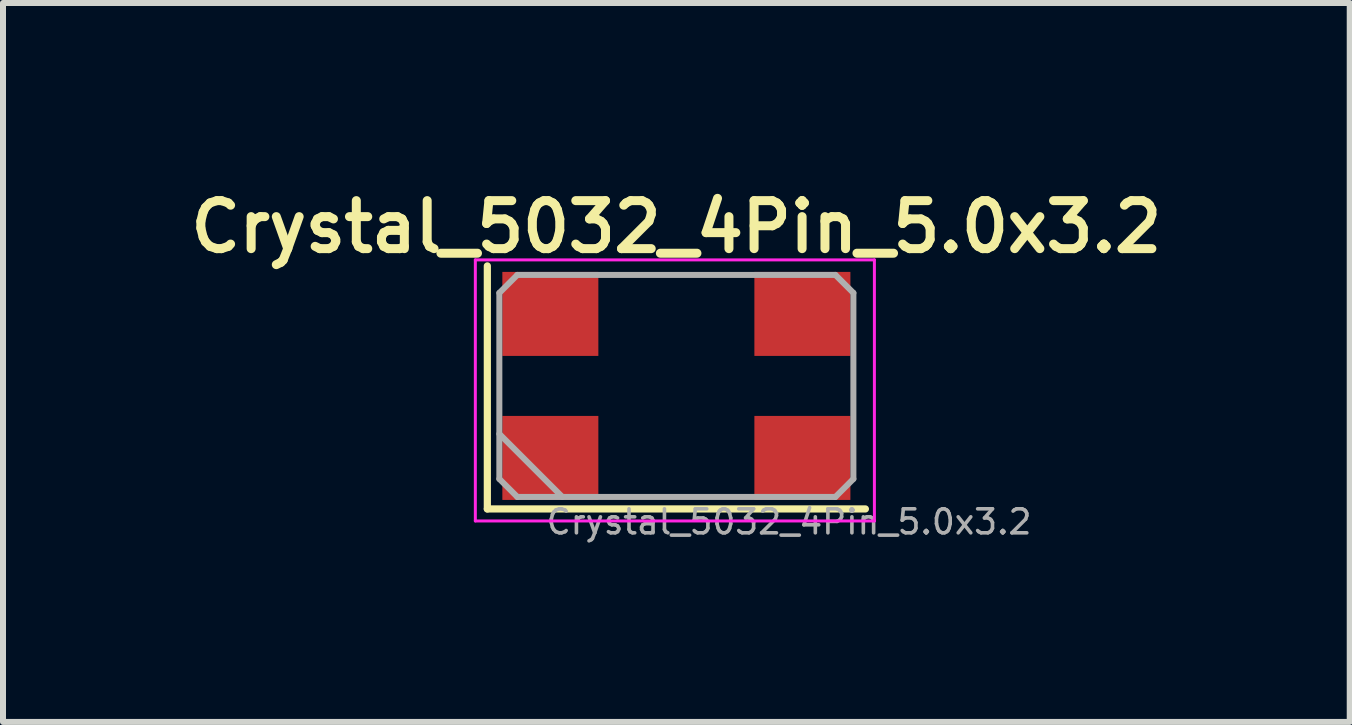
<source format=kicad_pcb>
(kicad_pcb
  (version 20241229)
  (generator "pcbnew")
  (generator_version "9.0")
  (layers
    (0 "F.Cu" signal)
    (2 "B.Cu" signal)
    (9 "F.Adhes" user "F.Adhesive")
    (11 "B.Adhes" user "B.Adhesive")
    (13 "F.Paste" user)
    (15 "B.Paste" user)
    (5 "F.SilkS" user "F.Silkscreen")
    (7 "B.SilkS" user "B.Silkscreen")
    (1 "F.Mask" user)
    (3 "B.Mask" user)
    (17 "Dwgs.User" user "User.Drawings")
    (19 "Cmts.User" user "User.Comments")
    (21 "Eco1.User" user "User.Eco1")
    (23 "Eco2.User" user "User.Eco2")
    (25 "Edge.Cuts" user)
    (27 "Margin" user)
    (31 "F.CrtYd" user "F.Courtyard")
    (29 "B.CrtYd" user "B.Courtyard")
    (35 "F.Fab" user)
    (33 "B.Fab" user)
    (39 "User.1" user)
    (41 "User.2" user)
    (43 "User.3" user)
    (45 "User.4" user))
  (footprint "Crystal_5032_4Pin_5.0x3.2"
    (layer "F.Cu")
    (at 8.221 3.381)
    (property "Reference" "Crystal_5032_4Pin_5.0x3.2" (at 0 -2.65 0) (unlocked yes) (layer "F.SilkS") (effects (font (size 0.8 0.8) (thickness 0.15))))
    (attr smd)
    (fp_line (start -3.15 -2) (end -3.15 2.05) (stroke (width 0.12) (type default)) (layer "F.SilkS"))
    (fp_line (start -3.15 2.05) (end 3.15 2.05) (stroke (width 0.12) (type default)) (layer "F.SilkS"))
    (fp_line (start -3.35 -2.1) (end -3.35 2.25) (stroke (width 0.05) (type default)) (layer "F.CrtYd"))
    (fp_line (start -3.35 2.25) (end 3.3 2.25) (stroke (width 0.05) (type default)) (layer "F.CrtYd"))
    (fp_line (start 3.3 -2.1) (end -3.35 -2.1) (stroke (width 0.05) (type default)) (layer "F.CrtYd"))
    (fp_line (start 3.3 2.25) (end 3.3 -2.1) (stroke (width 0.05) (type default)) (layer "F.CrtYd"))
    (fp_line (start -2.95 -1.55) (end -2.95 1.55) (stroke (width 0.1) (type default)) (layer "F.Fab"))
    (fp_line (start -2.65 -1.85) (end -2.95 -1.55) (stroke (width 0.1) (type default)) (layer "F.Fab"))
    (fp_line (start -2.65 1.85) (end -2.95 1.55) (stroke (width 0.1) (type default)) (layer "F.Fab"))
    (fp_line (start -2.65 1.85) (end 2.65 1.85) (stroke (width 0.1) (type default)) (layer "F.Fab"))
    (fp_line (start -1.9 1.85) (end -2.95 0.8) (stroke (width 0.1) (type default)) (layer "F.Fab"))
    (fp_line (start 2.65 -1.85) (end -2.65 -1.85) (stroke (width 0.1) (type default)) (layer "F.Fab"))
    (fp_line (start 2.65 -1.85) (end 2.95 -1.55) (stroke (width 0.1) (type default)) (layer "F.Fab"))
    (fp_line (start 2.65 1.85) (end 2.95 1.55) (stroke (width 0.1) (type default)) (layer "F.Fab"))
    (fp_line (start 2.95 1.55) (end 2.95 -1.55) (stroke (width 0.1) (type default)) (layer "F.Fab"))
    (fp_text user "${REFERENCE}" (at -2.2 2.5 0) (unlocked yes) (layer "F.Fab") (effects (font (size 0.4 0.4) (thickness 0.06)) (justify left bottom)))
    (pad "1" smd rect (at -2.1 1.2) (size 1.6 1.4) (layers "F.Cu" "F.Mask" "F.Paste"))
    (pad "2" smd rect (at 2.1 1.2) (size 1.6 1.4) (layers "F.Cu" "F.Mask" "F.Paste"))
    (pad "3" smd rect (at 2.1 -1.2) (size 1.6 1.4) (layers "F.Cu" "F.Mask" "F.Paste"))
    (pad "4" smd rect (at -2.1 -1.2) (size 1.6 1.4) (layers "F.Cu" "F.Mask" "F.Paste")))
  (gr_rect
    (start -3 -3)
    (end 19.442 8.98)
    (stroke (width 0.1) (type default))
    (fill no)
    (layer "Edge.Cuts")))
</source>
